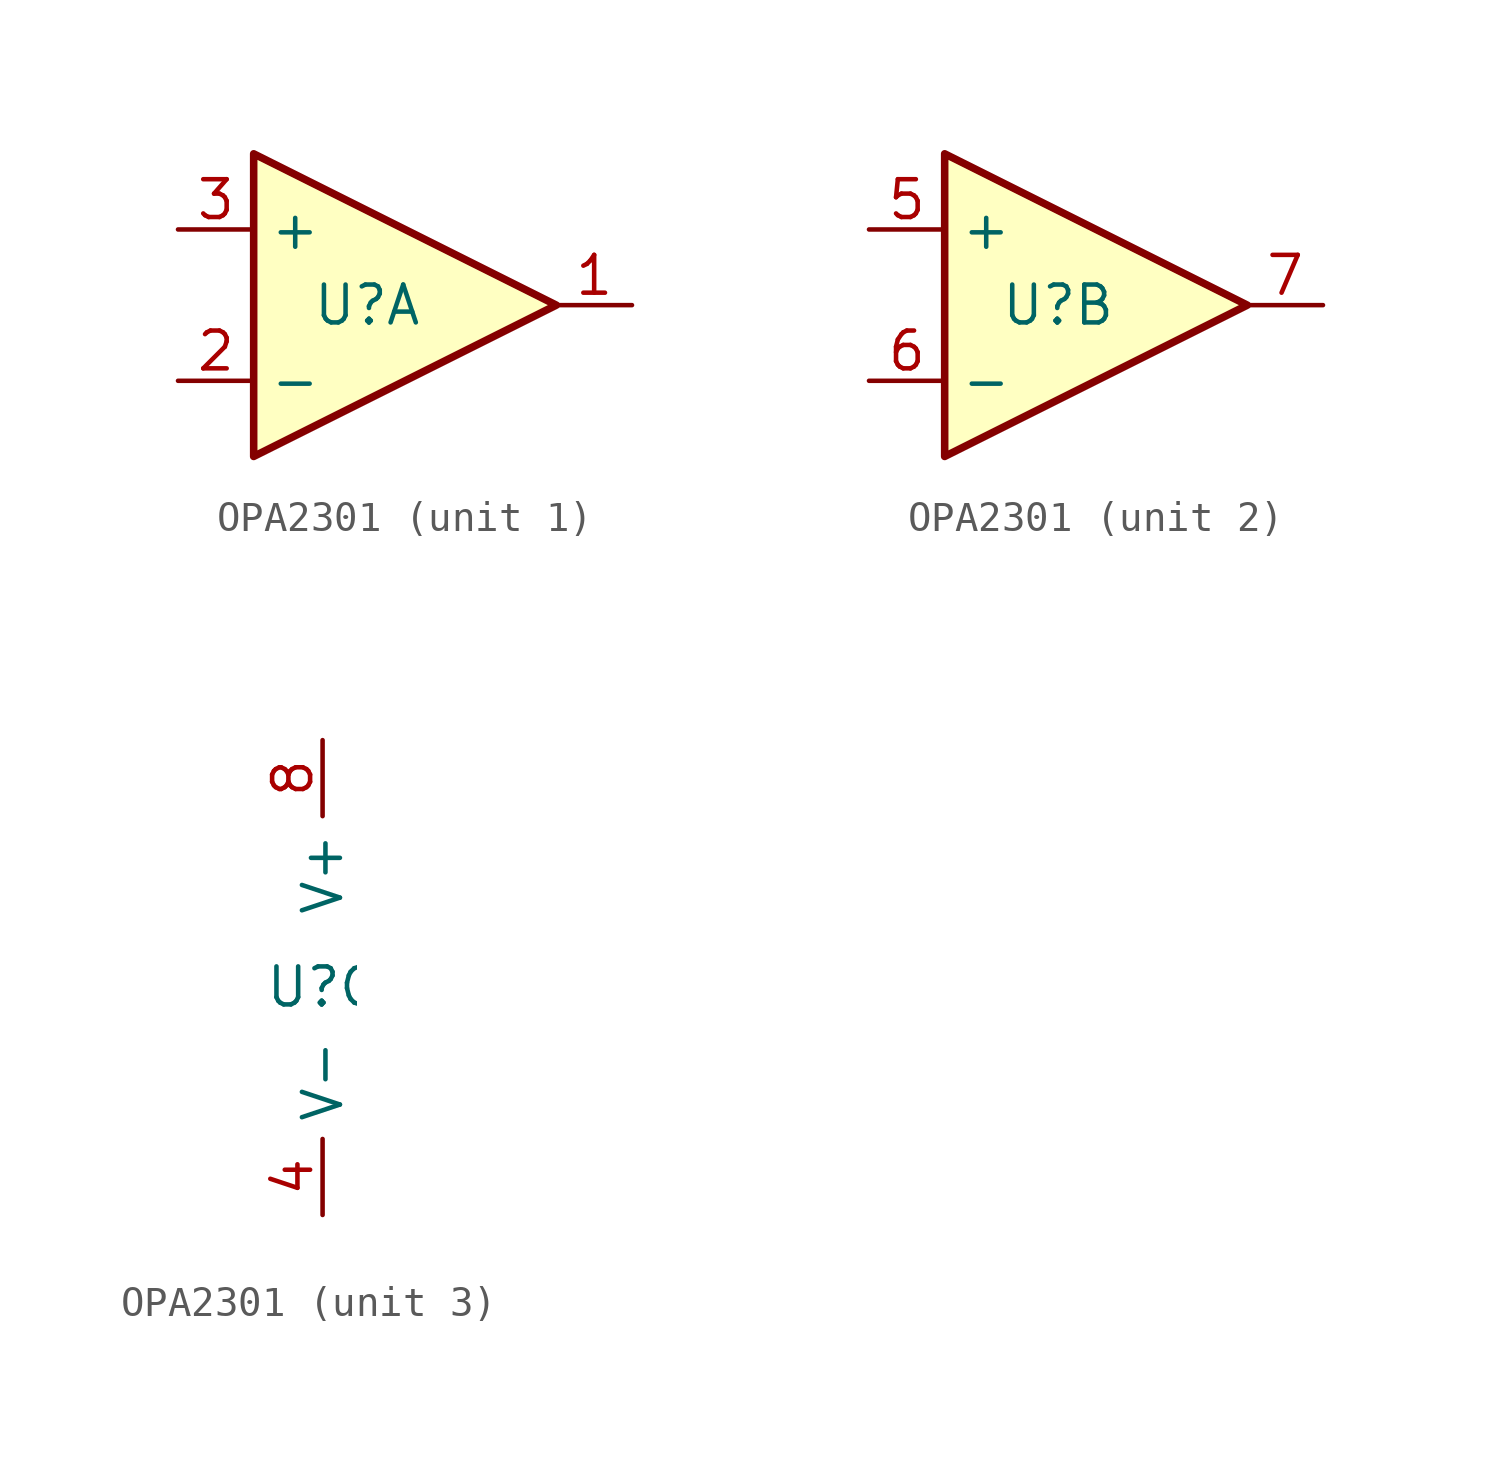
<source format=kicad_sym>
(kicad_symbol_lib
  (version 20220914)
  (generator kicad_symbol_editor)
  (symbol "OPA2301"
    (property "Reference" "U"
      (at 0 0 0)
      (effects (font (size 1.27 1.27))))
    (property "Value" ""
      (at 0 0 0)
      (effects (font (size 1.27 1.27))))
    (property "ki_locked" ""
      (at 0 0 0)
      (effects (font (size 1.27 1.27))))
    (symbol "OPA2301_1_1"
      (polyline (pts (xy -3.81 5.08) (xy 6.35 0) (xy -3.81 -5.08) (xy -3.81 5.08) (xy -3.81 5.08)) (stroke (width 0.254) (type default)) (fill (type background)))
      (pin output line (at 8.89 0 180) (length 2.54) (name "~" (effects (font (size 1.27 1.27)))) (number "1" (effects (font (size 1.27 1.27)))))
      (pin input line (at -6.35 -2.54 0) (length 2.54) (name "-" (effects (font (size 1.27 1.27)))) (number "2" (effects (font (size 1.27 1.27)))))
      (pin input line (at -6.35 2.54 0) (length 2.54) (name "+" (effects (font (size 1.27 1.27)))) (number "3" (effects (font (size 1.27 1.27))))))
    (symbol "OPA2301_2_1"
      (polyline (pts (xy -3.81 5.08) (xy 6.35 0) (xy -3.81 -5.08) (xy -3.81 5.08) (xy -3.81 5.08)) (stroke (width 0.254) (type default)) (fill (type background)))
      (pin input line (at -6.35 2.54 0) (length 2.54) (name "+" (effects (font (size 1.27 1.27)))) (number "5" (effects (font (size 1.27 1.27)))))
      (pin input line (at -6.35 -2.54 0) (length 2.54) (name "-" (effects (font (size 1.27 1.27)))) (number "6" (effects (font (size 1.27 1.27)))))
      (pin output line (at 8.89 0 180) (length 2.54) (name "~" (effects (font (size 1.27 1.27)))) (number "7" (effects (font (size 1.27 1.27))))))
    (symbol "OPA2301_3_1"
      (unit_name "POWER")
      (pin power_in line (at 0 -7.62 90) (length 2.54) (name "V-" (effects (font (size 1.27 1.27)))) (number "4" (effects (font (size 1.27 1.27)))))
      (pin power_in line (at 0 8.255 270) (length 2.54) (name "V+" (effects (font (size 1.27 1.27)))) (number "8" (effects (font (size 1.27 1.27))))))))
</source>
